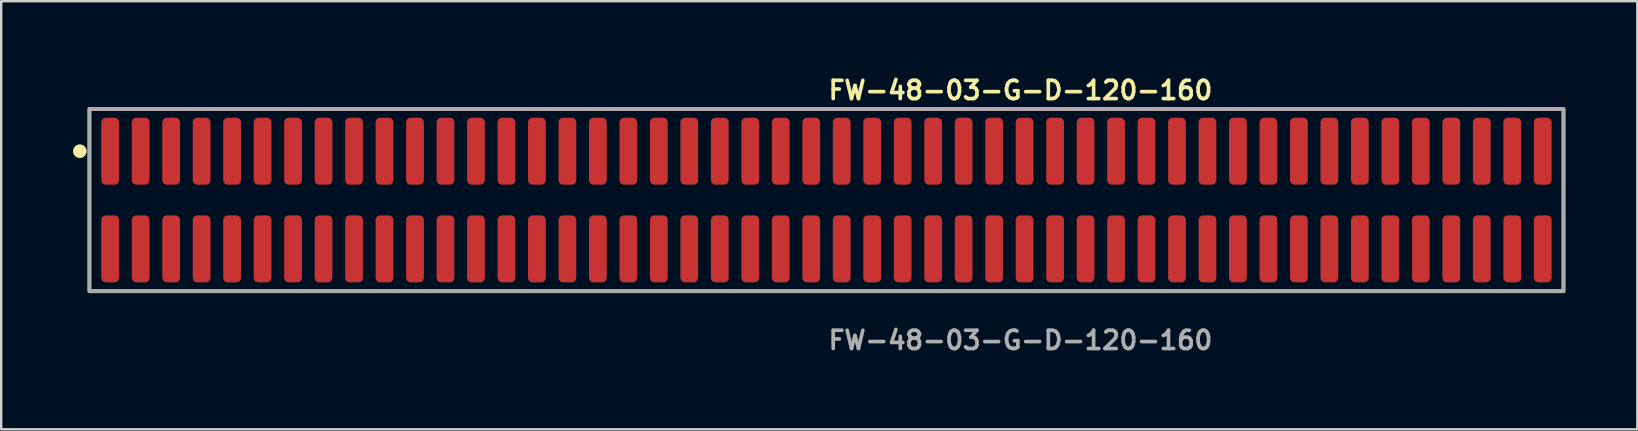
<source format=kicad_pcb>
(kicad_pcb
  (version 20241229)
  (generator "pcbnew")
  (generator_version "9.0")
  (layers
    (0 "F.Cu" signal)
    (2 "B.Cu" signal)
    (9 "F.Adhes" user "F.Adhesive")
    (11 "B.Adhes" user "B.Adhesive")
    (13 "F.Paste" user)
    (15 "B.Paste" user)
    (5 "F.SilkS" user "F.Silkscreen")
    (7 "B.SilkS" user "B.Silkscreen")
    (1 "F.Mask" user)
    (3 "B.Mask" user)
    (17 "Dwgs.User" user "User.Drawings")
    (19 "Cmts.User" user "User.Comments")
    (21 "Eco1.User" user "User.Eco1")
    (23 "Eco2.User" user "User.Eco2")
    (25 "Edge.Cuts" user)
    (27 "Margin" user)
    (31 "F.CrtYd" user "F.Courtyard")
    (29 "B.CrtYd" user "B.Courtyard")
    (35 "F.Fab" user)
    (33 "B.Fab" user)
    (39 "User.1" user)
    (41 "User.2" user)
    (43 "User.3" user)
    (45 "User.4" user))
  (footprint "FW-48-03-G-D-120-160"
    (layer "F.Cu")
    (at 31.386 5.285)
    (property "Reference" "FW-48-03-G-D-120-160" (at 0 -4.572 0) (unlocked yes) (layer "F.SilkS") (effects (font (size 0.762 0.762) (thickness 0.152)) (justify left)))
    (fp_rect (start -30.71 3.8) (end 30.71 -3.8) (stroke (width 0.152) (type solid)) (fill no) (layer "F.SilkS"))
    (fp_circle (center -31.11 -2.035) (end -31.31 -2.035) (stroke (width 0.152) (type solid)) (fill yes) (layer "F.SilkS"))
    (fp_circle (center -31.11 -2.035) (end -31.31 -2.035) (stroke (width 0.152) (type solid)) (fill yes) (layer "F.SilkS"))
    (fp_rect (start -30.71 3.8) (end 30.71 -3.8) (stroke (width 0.006) (type solid)) (fill no) (layer "F.CrtYd"))
    (fp_rect (start -30.71 3.8) (end 30.71 -3.8) (stroke (width 0.152) (type solid)) (fill no) (layer "F.Fab"))
    (fp_text user "${REFERENCE}" (at 0 5.842 0) (unlocked yes) (layer "F.Fab") (effects (font (size 0.762 0.762) (thickness 0.152)) (justify left)))
    (pad "1" smd roundrect (at -29.845 -2.035) (size 0.74 2.79) (layers "F.Cu" "F.Paste") (roundrect_rratio 0.25))
    (pad "2" smd roundrect (at -29.845 2.035) (size 0.74 2.79) (layers "F.Cu" "F.Paste") (roundrect_rratio 0.25))
    (pad "3" smd roundrect (at -28.575 -2.035) (size 0.74 2.79) (layers "F.Cu" "F.Paste") (roundrect_rratio 0.25))
    (pad "4" smd roundrect (at -28.575 2.035) (size 0.74 2.79) (layers "F.Cu" "F.Paste") (roundrect_rratio 0.25))
    (pad "5" smd roundrect (at -27.305 -2.035) (size 0.74 2.79) (layers "F.Cu" "F.Paste") (roundrect_rratio 0.25))
    (pad "6" smd roundrect (at -27.305 2.035) (size 0.74 2.79) (layers "F.Cu" "F.Paste") (roundrect_rratio 0.25))
    (pad "7" smd roundrect (at -26.035 -2.035) (size 0.74 2.79) (layers "F.Cu" "F.Paste") (roundrect_rratio 0.25))
    (pad "8" smd roundrect (at -26.035 2.035) (size 0.74 2.79) (layers "F.Cu" "F.Paste") (roundrect_rratio 0.25))
    (pad "9" smd roundrect (at -24.765 -2.035) (size 0.74 2.79) (layers "F.Cu" "F.Paste") (roundrect_rratio 0.25))
    (pad "10" smd roundrect (at -24.765 2.035) (size 0.74 2.79) (layers "F.Cu" "F.Paste") (roundrect_rratio 0.25))
    (pad "11" smd roundrect (at -23.495 -2.035) (size 0.74 2.79) (layers "F.Cu" "F.Paste") (roundrect_rratio 0.25))
    (pad "12" smd roundrect (at -23.495 2.035) (size 0.74 2.79) (layers "F.Cu" "F.Paste") (roundrect_rratio 0.25))
    (pad "13" smd roundrect (at -22.225 -2.035) (size 0.74 2.79) (layers "F.Cu" "F.Paste") (roundrect_rratio 0.25))
    (pad "14" smd roundrect (at -22.225 2.035) (size 0.74 2.79) (layers "F.Cu" "F.Paste") (roundrect_rratio 0.25))
    (pad "15" smd roundrect (at -20.955 -2.035) (size 0.74 2.79) (layers "F.Cu" "F.Paste") (roundrect_rratio 0.25))
    (pad "16" smd roundrect (at -20.955 2.035) (size 0.74 2.79) (layers "F.Cu" "F.Paste") (roundrect_rratio 0.25))
    (pad "17" smd roundrect (at -19.685 -2.035) (size 0.74 2.79) (layers "F.Cu" "F.Paste") (roundrect_rratio 0.25))
    (pad "18" smd roundrect (at -19.685 2.035) (size 0.74 2.79) (layers "F.Cu" "F.Paste") (roundrect_rratio 0.25))
    (pad "19" smd roundrect (at -18.415 -2.035) (size 0.74 2.79) (layers "F.Cu" "F.Paste") (roundrect_rratio 0.25))
    (pad "20" smd roundrect (at -18.415 2.035) (size 0.74 2.79) (layers "F.Cu" "F.Paste") (roundrect_rratio 0.25))
    (pad "21" smd roundrect (at -17.145 -2.035) (size 0.74 2.79) (layers "F.Cu" "F.Paste") (roundrect_rratio 0.25))
    (pad "22" smd roundrect (at -17.145 2.035) (size 0.74 2.79) (layers "F.Cu" "F.Paste") (roundrect_rratio 0.25))
    (pad "23" smd roundrect (at -15.875 -2.035) (size 0.74 2.79) (layers "F.Cu" "F.Paste") (roundrect_rratio 0.25))
    (pad "24" smd roundrect (at -15.875 2.035) (size 0.74 2.79) (layers "F.Cu" "F.Paste") (roundrect_rratio 0.25))
    (pad "25" smd roundrect (at -14.605 -2.035) (size 0.74 2.79) (layers "F.Cu" "F.Paste") (roundrect_rratio 0.25))
    (pad "26" smd roundrect (at -14.605 2.035) (size 0.74 2.79) (layers "F.Cu" "F.Paste") (roundrect_rratio 0.25))
    (pad "27" smd roundrect (at -13.335 -2.035) (size 0.74 2.79) (layers "F.Cu" "F.Paste") (roundrect_rratio 0.25))
    (pad "28" smd roundrect (at -13.335 2.035) (size 0.74 2.79) (layers "F.Cu" "F.Paste") (roundrect_rratio 0.25))
    (pad "29" smd roundrect (at -12.065 -2.035) (size 0.74 2.79) (layers "F.Cu" "F.Paste") (roundrect_rratio 0.25))
    (pad "30" smd roundrect (at -12.065 2.035) (size 0.74 2.79) (layers "F.Cu" "F.Paste") (roundrect_rratio 0.25))
    (pad "31" smd roundrect (at -10.795 -2.035) (size 0.74 2.79) (layers "F.Cu" "F.Paste") (roundrect_rratio 0.25))
    (pad "32" smd roundrect (at -10.795 2.035) (size 0.74 2.79) (layers "F.Cu" "F.Paste") (roundrect_rratio 0.25))
    (pad "33" smd roundrect (at -9.525 -2.035) (size 0.74 2.79) (layers "F.Cu" "F.Paste") (roundrect_rratio 0.25))
    (pad "34" smd roundrect (at -9.525 2.035) (size 0.74 2.79) (layers "F.Cu" "F.Paste") (roundrect_rratio 0.25))
    (pad "35" smd roundrect (at -8.255 -2.035) (size 0.74 2.79) (layers "F.Cu" "F.Paste") (roundrect_rratio 0.25))
    (pad "36" smd roundrect (at -8.255 2.035) (size 0.74 2.79) (layers "F.Cu" "F.Paste") (roundrect_rratio 0.25))
    (pad "37" smd roundrect (at -6.985 -2.035) (size 0.74 2.79) (layers "F.Cu" "F.Paste") (roundrect_rratio 0.25))
    (pad "38" smd roundrect (at -6.985 2.035) (size 0.74 2.79) (layers "F.Cu" "F.Paste") (roundrect_rratio 0.25))
    (pad "39" smd roundrect (at -5.715 -2.035) (size 0.74 2.79) (layers "F.Cu" "F.Paste") (roundrect_rratio 0.25))
    (pad "40" smd roundrect (at -5.715 2.035) (size 0.74 2.79) (layers "F.Cu" "F.Paste") (roundrect_rratio 0.25))
    (pad "41" smd roundrect (at -4.445 -2.035) (size 0.74 2.79) (layers "F.Cu" "F.Paste") (roundrect_rratio 0.25))
    (pad "42" smd roundrect (at -4.445 2.035) (size 0.74 2.79) (layers "F.Cu" "F.Paste") (roundrect_rratio 0.25))
    (pad "43" smd roundrect (at -3.175 -2.035) (size 0.74 2.79) (layers "F.Cu" "F.Paste") (roundrect_rratio 0.25))
    (pad "44" smd roundrect (at -3.175 2.035) (size 0.74 2.79) (layers "F.Cu" "F.Paste") (roundrect_rratio 0.25))
    (pad "45" smd roundrect (at -1.905 -2.035) (size 0.74 2.79) (layers "F.Cu" "F.Paste") (roundrect_rratio 0.25))
    (pad "46" smd roundrect (at -1.905 2.035) (size 0.74 2.79) (layers "F.Cu" "F.Paste") (roundrect_rratio 0.25))
    (pad "47" smd roundrect (at -0.635 -2.035) (size 0.74 2.79) (layers "F.Cu" "F.Paste") (roundrect_rratio 0.25))
    (pad "48" smd roundrect (at -0.635 2.035) (size 0.74 2.79) (layers "F.Cu" "F.Paste") (roundrect_rratio 0.25))
    (pad "49" smd roundrect (at 0.635 -2.035) (size 0.74 2.79) (layers "F.Cu" "F.Paste") (roundrect_rratio 0.25))
    (pad "50" smd roundrect (at 0.635 2.035) (size 0.74 2.79) (layers "F.Cu" "F.Paste") (roundrect_rratio 0.25))
    (pad "51" smd roundrect (at 1.905 -2.035) (size 0.74 2.79) (layers "F.Cu" "F.Paste") (roundrect_rratio 0.25))
    (pad "52" smd roundrect (at 1.905 2.035) (size 0.74 2.79) (layers "F.Cu" "F.Paste") (roundrect_rratio 0.25))
    (pad "53" smd roundrect (at 3.175 -2.035) (size 0.74 2.79) (layers "F.Cu" "F.Paste") (roundrect_rratio 0.25))
    (pad "54" smd roundrect (at 3.175 2.035) (size 0.74 2.79) (layers "F.Cu" "F.Paste") (roundrect_rratio 0.25))
    (pad "55" smd roundrect (at 4.445 -2.035) (size 0.74 2.79) (layers "F.Cu" "F.Paste") (roundrect_rratio 0.25))
    (pad "56" smd roundrect (at 4.445 2.035) (size 0.74 2.79) (layers "F.Cu" "F.Paste") (roundrect_rratio 0.25))
    (pad "57" smd roundrect (at 5.715 -2.035) (size 0.74 2.79) (layers "F.Cu" "F.Paste") (roundrect_rratio 0.25))
    (pad "58" smd roundrect (at 5.715 2.035) (size 0.74 2.79) (layers "F.Cu" "F.Paste") (roundrect_rratio 0.25))
    (pad "59" smd roundrect (at 6.985 -2.035) (size 0.74 2.79) (layers "F.Cu" "F.Paste") (roundrect_rratio 0.25))
    (pad "60" smd roundrect (at 6.985 2.035) (size 0.74 2.79) (layers "F.Cu" "F.Paste") (roundrect_rratio 0.25))
    (pad "61" smd roundrect (at 8.255 -2.035) (size 0.74 2.79) (layers "F.Cu" "F.Paste") (roundrect_rratio 0.25))
    (pad "62" smd roundrect (at 8.255 2.035) (size 0.74 2.79) (layers "F.Cu" "F.Paste") (roundrect_rratio 0.25))
    (pad "63" smd roundrect (at 9.525 -2.035) (size 0.74 2.79) (layers "F.Cu" "F.Paste") (roundrect_rratio 0.25))
    (pad "64" smd roundrect (at 9.525 2.035) (size 0.74 2.79) (layers "F.Cu" "F.Paste") (roundrect_rratio 0.25))
    (pad "65" smd roundrect (at 10.795 -2.035) (size 0.74 2.79) (layers "F.Cu" "F.Paste") (roundrect_rratio 0.25))
    (pad "66" smd roundrect (at 10.795 2.035) (size 0.74 2.79) (layers "F.Cu" "F.Paste") (roundrect_rratio 0.25))
    (pad "67" smd roundrect (at 12.065 -2.035) (size 0.74 2.79) (layers "F.Cu" "F.Paste") (roundrect_rratio 0.25))
    (pad "68" smd roundrect (at 12.065 2.035) (size 0.74 2.79) (layers "F.Cu" "F.Paste") (roundrect_rratio 0.25))
    (pad "69" smd roundrect (at 13.335 -2.035) (size 0.74 2.79) (layers "F.Cu" "F.Paste") (roundrect_rratio 0.25))
    (pad "70" smd roundrect (at 13.335 2.035) (size 0.74 2.79) (layers "F.Cu" "F.Paste") (roundrect_rratio 0.25))
    (pad "71" smd roundrect (at 14.605 -2.035) (size 0.74 2.79) (layers "F.Cu" "F.Paste") (roundrect_rratio 0.25))
    (pad "72" smd roundrect (at 14.605 2.035) (size 0.74 2.79) (layers "F.Cu" "F.Paste") (roundrect_rratio 0.25))
    (pad "73" smd roundrect (at 15.875 -2.035) (size 0.74 2.79) (layers "F.Cu" "F.Paste") (roundrect_rratio 0.25))
    (pad "74" smd roundrect (at 15.875 2.035) (size 0.74 2.79) (layers "F.Cu" "F.Paste") (roundrect_rratio 0.25))
    (pad "75" smd roundrect (at 17.145 -2.035) (size 0.74 2.79) (layers "F.Cu" "F.Paste") (roundrect_rratio 0.25))
    (pad "76" smd roundrect (at 17.145 2.035) (size 0.74 2.79) (layers "F.Cu" "F.Paste") (roundrect_rratio 0.25))
    (pad "77" smd roundrect (at 18.415 -2.035) (size 0.74 2.79) (layers "F.Cu" "F.Paste") (roundrect_rratio 0.25))
    (pad "78" smd roundrect (at 18.415 2.035) (size 0.74 2.79) (layers "F.Cu" "F.Paste") (roundrect_rratio 0.25))
    (pad "79" smd roundrect (at 19.685 -2.035) (size 0.74 2.79) (layers "F.Cu" "F.Paste") (roundrect_rratio 0.25))
    (pad "80" smd roundrect (at 19.685 2.035) (size 0.74 2.79) (layers "F.Cu" "F.Paste") (roundrect_rratio 0.25))
    (pad "81" smd roundrect (at 20.955 -2.035) (size 0.74 2.79) (layers "F.Cu" "F.Paste") (roundrect_rratio 0.25))
    (pad "82" smd roundrect (at 20.955 2.035) (size 0.74 2.79) (layers "F.Cu" "F.Paste") (roundrect_rratio 0.25))
    (pad "83" smd roundrect (at 22.225 -2.035) (size 0.74 2.79) (layers "F.Cu" "F.Paste") (roundrect_rratio 0.25))
    (pad "84" smd roundrect (at 22.225 2.035) (size 0.74 2.79) (layers "F.Cu" "F.Paste") (roundrect_rratio 0.25))
    (pad "85" smd roundrect (at 23.495 -2.035) (size 0.74 2.79) (layers "F.Cu" "F.Paste") (roundrect_rratio 0.25))
    (pad "86" smd roundrect (at 23.495 2.035) (size 0.74 2.79) (layers "F.Cu" "F.Paste") (roundrect_rratio 0.25))
    (pad "87" smd roundrect (at 24.765 -2.035) (size 0.74 2.79) (layers "F.Cu" "F.Paste") (roundrect_rratio 0.25))
    (pad "88" smd roundrect (at 24.765 2.035) (size 0.74 2.79) (layers "F.Cu" "F.Paste") (roundrect_rratio 0.25))
    (pad "89" smd roundrect (at 26.035 -2.035) (size 0.74 2.79) (layers "F.Cu" "F.Paste") (roundrect_rratio 0.25))
    (pad "90" smd roundrect (at 26.035 2.035) (size 0.74 2.79) (layers "F.Cu" "F.Paste") (roundrect_rratio 0.25))
    (pad "91" smd roundrect (at 27.305 -2.035) (size 0.74 2.79) (layers "F.Cu" "F.Paste") (roundrect_rratio 0.25))
    (pad "92" smd roundrect (at 27.305 2.035) (size 0.74 2.79) (layers "F.Cu" "F.Paste") (roundrect_rratio 0.25))
    (pad "93" smd roundrect (at 28.575 -2.035) (size 0.74 2.79) (layers "F.Cu" "F.Paste") (roundrect_rratio 0.25))
    (pad "94" smd roundrect (at 28.575 2.035) (size 0.74 2.79) (layers "F.Cu" "F.Paste") (roundrect_rratio 0.25))
    (pad "95" smd roundrect (at 29.845 -2.035) (size 0.74 2.79) (layers "F.Cu" "F.Paste") (roundrect_rratio 0.25))
    (pad "96" smd roundrect (at 29.845 2.035) (size 0.74 2.79) (layers "F.Cu" "F.Paste") (roundrect_rratio 0.25)))
  (gr_rect
    (start -3 -3)
    (end 65.172 14.84)
    (stroke (width 0.1) (type default))
    (fill no)
    (layer "Edge.Cuts")))
</source>
